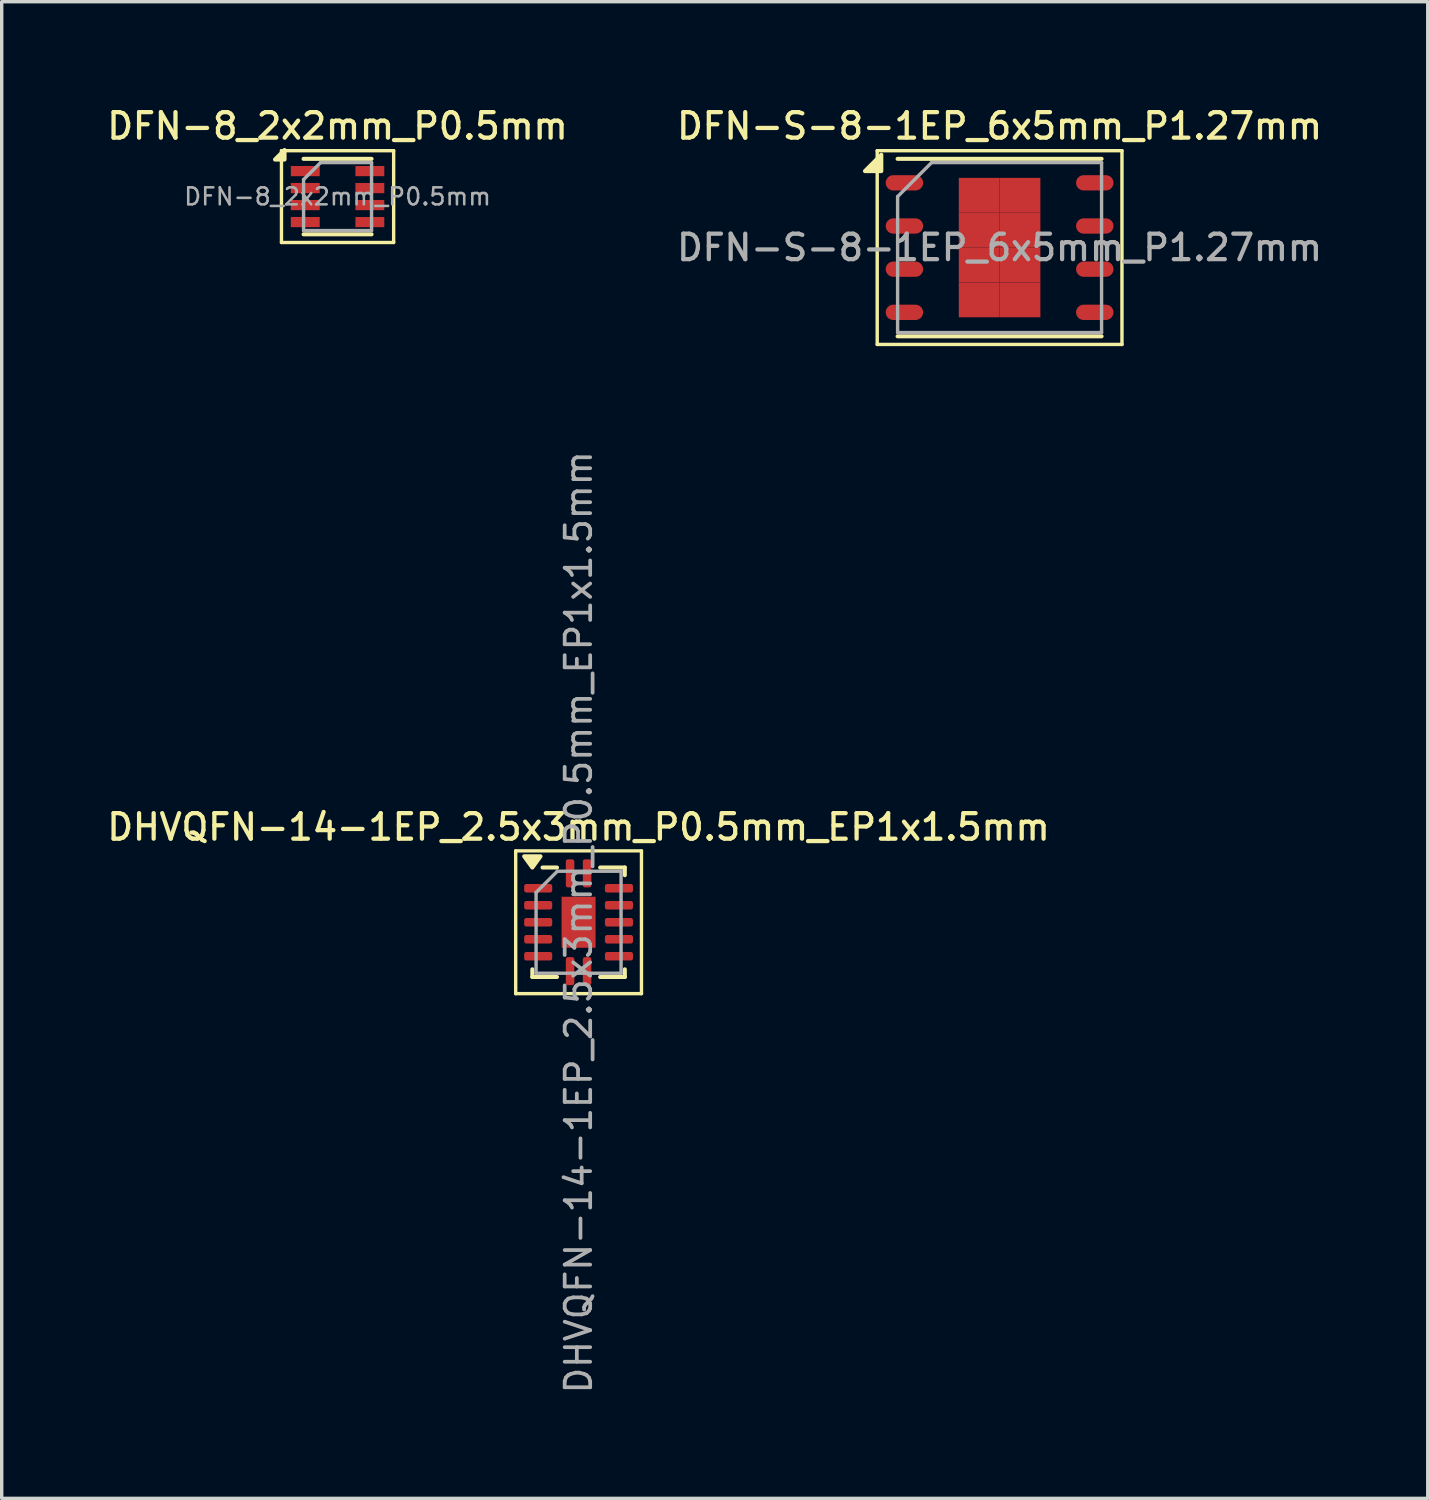
<source format=kicad_pcb>
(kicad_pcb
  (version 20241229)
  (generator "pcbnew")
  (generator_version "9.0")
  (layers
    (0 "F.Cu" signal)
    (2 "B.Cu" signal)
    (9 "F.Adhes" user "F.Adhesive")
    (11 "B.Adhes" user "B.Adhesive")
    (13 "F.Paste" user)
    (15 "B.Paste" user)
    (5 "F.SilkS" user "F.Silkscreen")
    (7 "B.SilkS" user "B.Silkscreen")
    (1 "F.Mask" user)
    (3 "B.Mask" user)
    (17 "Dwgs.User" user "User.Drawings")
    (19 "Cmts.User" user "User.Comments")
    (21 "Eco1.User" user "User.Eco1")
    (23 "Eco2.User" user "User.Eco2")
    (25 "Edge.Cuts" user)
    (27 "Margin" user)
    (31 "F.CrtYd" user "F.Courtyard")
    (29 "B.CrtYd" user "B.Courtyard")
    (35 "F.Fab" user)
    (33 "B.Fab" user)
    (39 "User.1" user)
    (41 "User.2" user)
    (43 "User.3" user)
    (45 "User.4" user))
  (footprint "DFN-8_2x2mm_P0.5mm"
    (layer "F.Cu")
    (at 6.88 2.733)
    (property "Reference" "DFN-8_2x2mm_P0.5mm" (at 0 -2.075 0) (layer "F.SilkS") (effects (font (size 0.75 0.75) (thickness 0.125))))
    (attr smd)
    (fp_line (start -1.65 -1.35) (end -1.65 1.35) (stroke (width 0.1) (type solid)) (layer "F.SilkS"))
    (fp_line (start -1.65 -1.35) (end 1.65 -1.35) (stroke (width 0.1) (type solid)) (layer "F.SilkS"))
    (fp_line (start -1.65 1.35) (end 1.65 1.35) (stroke (width 0.1) (type solid)) (layer "F.SilkS"))
    (fp_line (start -1 -1.11) (end 1 -1.11) (stroke (width 0.12) (type solid)) (layer "F.SilkS"))
    (fp_line (start -1 1.11) (end 1 1.11) (stroke (width 0.12) (type solid)) (layer "F.SilkS"))
    (fp_line (start 1.65 -1.35) (end 1.65 1.35) (stroke (width 0.1) (type solid)) (layer "F.SilkS"))
    (fp_poly (pts (xy -1.56 -1.09) (xy -1.84 -1.09) (xy -1.56 -1.37) (xy -1.56 -1.09)) (stroke (width 0.12) (type solid)) (fill yes) (layer "F.SilkS"))
    (fp_line (start -1 -0.5) (end -0.5 -1) (stroke (width 0.1) (type solid)) (layer "F.Fab"))
    (fp_line (start -1 1) (end -1 -0.5) (stroke (width 0.1) (type solid)) (layer "F.Fab"))
    (fp_line (start -0.5 -1) (end 1 -1) (stroke (width 0.1) (type solid)) (layer "F.Fab"))
    (fp_line (start 1 -1) (end 1 1) (stroke (width 0.1) (type solid)) (layer "F.Fab"))
    (fp_line (start 1 1) (end -1 1) (stroke (width 0.1) (type solid)) (layer "F.Fab"))
    (fp_text user "${REFERENCE}" (at 0 0 0) (layer "F.Fab") (effects (font (size 0.5 0.5) (thickness 0.075))))
    (pad "1" smd rect (at -0.95 -0.75) (size 0.85 0.3) (layers "F.Cu" "F.Mask" "F.Paste"))
    (pad "2" smd rect (at -0.95 -0.25) (size 0.85 0.3) (layers "F.Cu" "F.Mask" "F.Paste"))
    (pad "3" smd rect (at -0.95 0.25) (size 0.85 0.3) (layers "F.Cu" "F.Mask" "F.Paste"))
    (pad "4" smd rect (at -0.95 0.75) (size 0.85 0.3) (layers "F.Cu" "F.Mask" "F.Paste"))
    (pad "5" smd rect (at 0.95 0.75) (size 0.85 0.3) (layers "F.Cu" "F.Mask" "F.Paste"))
    (pad "6" smd rect (at 0.95 0.25) (size 0.85 0.3) (layers "F.Cu" "F.Mask" "F.Paste"))
    (pad "7" smd rect (at 0.95 -0.25) (size 0.85 0.3) (layers "F.Cu" "F.Mask" "F.Paste"))
    (pad "8" smd rect (at 0.95 -0.75) (size 0.85 0.3) (layers "F.Cu" "F.Mask" "F.Paste")))
  (footprint "DFN-S-8-1EP_6x5mm_P1.27mm"
    (layer "F.Cu")
    (at 26.355 4.233)
    (property "Reference" "DFN-S-8-1EP_6x5mm_P1.27mm" (at 0 -3.575 0) (layer "F.SilkS") (effects (font (size 0.75 0.75) (thickness 0.125))))
    (attr smd)
    (fp_line (start -3.6 -2.85) (end -3.6 2.85) (stroke (width 0.1) (type solid)) (layer "F.SilkS"))
    (fp_line (start -3.6 -2.85) (end 3.6 -2.85) (stroke (width 0.1) (type solid)) (layer "F.SilkS"))
    (fp_line (start -3.6 2.85) (end 3.6 2.85) (stroke (width 0.1) (type solid)) (layer "F.SilkS"))
    (fp_line (start -3 -2.61) (end 3 -2.61) (stroke (width 0.12) (type solid)) (layer "F.SilkS"))
    (fp_line (start -3 2.61) (end 3 2.61) (stroke (width 0.12) (type solid)) (layer "F.SilkS"))
    (fp_line (start 3.6 -2.85) (end 3.6 2.85) (stroke (width 0.1) (type solid)) (layer "F.SilkS"))
    (fp_poly (pts (xy -3.48 -2.25) (xy -3.96 -2.25) (xy -3.48 -2.73) (xy -3.48 -2.25)) (stroke (width 0.12) (type solid)) (fill yes) (layer "F.SilkS"))
    (fp_line (start -3 -1.5) (end -2 -2.5) (stroke (width 0.1) (type solid)) (layer "F.Fab"))
    (fp_line (start -3 2.5) (end -3 -1.5) (stroke (width 0.1) (type solid)) (layer "F.Fab"))
    (fp_line (start -2 -2.5) (end 3 -2.5) (stroke (width 0.1) (type solid)) (layer "F.Fab"))
    (fp_line (start 3 -2.5) (end 3 2.5) (stroke (width 0.1) (type solid)) (layer "F.Fab"))
    (fp_line (start 3 2.5) (end -3 2.5) (stroke (width 0.1) (type solid)) (layer "F.Fab"))
    (fp_text user "${REFERENCE}" (at 0 0 0) (layer "F.Fab") (effects (font (size 0.75 0.75) (thickness 0.125))))
    (pad "1" smd oval (at -2.8 -1.905) (size 1.1 0.45) (layers "F.Cu" "F.Mask" "F.Paste"))
    (pad "2" smd oval (at -2.8 -0.635) (size 1.1 0.45) (layers "F.Cu" "F.Mask" "F.Paste"))
    (pad "3" smd oval (at -2.8 0.635) (size 1.1 0.45) (layers "F.Cu" "F.Mask" "F.Paste"))
    (pad "4" smd oval (at -2.8 1.905) (size 1.1 0.45) (layers "F.Cu" "F.Mask" "F.Paste"))
    (pad "5" smd oval (at 2.8 1.905) (size 1.1 0.45) (layers "F.Cu" "F.Mask" "F.Paste"))
    (pad "6" smd oval (at 2.8 0.635) (size 1.1 0.45) (layers "F.Cu" "F.Mask" "F.Paste"))
    (pad "7" smd oval (at 2.8 -0.635) (size 1.1 0.45) (layers "F.Cu" "F.Mask" "F.Paste"))
    (pad "8" smd oval (at 2.8 -1.905) (size 1.1 0.45) (layers "F.Cu" "F.Mask" "F.Paste"))
    (pad "9" smd rect (at -0.6 -1.538) (size 1.2 1.025) (layers "F.Cu" "F.Mask" "F.Paste"))
    (pad "9" smd rect (at -0.6 -0.512) (size 1.2 1.025) (layers "F.Cu" "F.Mask" "F.Paste"))
    (pad "9" smd rect (at -0.6 0.512) (size 1.2 1.025) (layers "F.Cu" "F.Mask" "F.Paste"))
    (pad "9" smd rect (at -0.6 1.538) (size 1.2 1.025) (layers "F.Cu" "F.Mask" "F.Paste"))
    (pad "9" smd rect (at 0.6 -1.538) (size 1.2 1.025) (layers "F.Cu" "F.Mask" "F.Paste"))
    (pad "9" smd rect (at 0.6 -0.512) (size 1.2 1.025) (layers "F.Cu" "F.Mask" "F.Paste"))
    (pad "9" smd rect (at 0.6 0.512) (size 1.2 1.025) (layers "F.Cu" "F.Mask" "F.Paste"))
    (pad "9" smd rect (at 0.6 1.538) (size 1.2 1.025) (layers "F.Cu" "F.Mask" "F.Paste")))
  (footprint "DHVQFN-14-1EP_2.5x3mm_P0.5mm_EP1x1.5mm"
    (layer "F.Cu")
    (at 13.97 24.08)
    (property "Reference" "DHVQFN-14-1EP_2.5x3mm_P0.5mm_EP1x1.5mm" (at 0 -2.8 0) (layer "F.SilkS") (effects (font (size 0.75 0.75) (thickness 0.125))))
    (attr smd)
    (fp_line (start -1.85 -2.1) (end -1.85 2.1) (stroke (width 0.1) (type solid)) (layer "F.SilkS"))
    (fp_line (start -1.85 2.1) (end 1.85 2.1) (stroke (width 0.1) (type solid)) (layer "F.SilkS"))
    (fp_line (start -1.36 1.61) (end -1.36 1.385) (stroke (width 0.12) (type solid)) (layer "F.SilkS"))
    (fp_line (start -0.635 -1.61) (end -1.06 -1.61) (stroke (width 0.12) (type solid)) (layer "F.SilkS"))
    (fp_line (start -0.635 1.61) (end -1.36 1.61) (stroke (width 0.12) (type solid)) (layer "F.SilkS"))
    (fp_line (start 0.635 -1.61) (end 1.36 -1.61) (stroke (width 0.12) (type solid)) (layer "F.SilkS"))
    (fp_line (start 0.635 1.61) (end 1.36 1.61) (stroke (width 0.12) (type solid)) (layer "F.SilkS"))
    (fp_line (start 1.36 -1.61) (end 1.36 -1.385) (stroke (width 0.12) (type solid)) (layer "F.SilkS"))
    (fp_line (start 1.36 1.61) (end 1.36 1.385) (stroke (width 0.12) (type solid)) (layer "F.SilkS"))
    (fp_line (start 1.85 -2.1) (end -1.85 -2.1) (stroke (width 0.1) (type solid)) (layer "F.SilkS"))
    (fp_line (start 1.85 2.1) (end 1.85 -2.1) (stroke (width 0.1) (type solid)) (layer "F.SilkS"))
    (fp_poly (pts (xy -1.36 -1.61) (xy -1.6 -1.94) (xy -1.12 -1.94) (xy -1.36 -1.61)) (stroke (width 0.12) (type solid)) (fill yes) (layer "F.SilkS"))
    (fp_line (start -1.25 -0.875) (end -0.625 -1.5) (stroke (width 0.1) (type solid)) (layer "F.Fab"))
    (fp_line (start -1.25 1.5) (end -1.25 -0.875) (stroke (width 0.1) (type solid)) (layer "F.Fab"))
    (fp_line (start -0.625 -1.5) (end 1.25 -1.5) (stroke (width 0.1) (type solid)) (layer "F.Fab"))
    (fp_line (start 1.25 -1.5) (end 1.25 1.5) (stroke (width 0.1) (type solid)) (layer "F.Fab"))
    (fp_line (start 1.25 1.5) (end -1.25 1.5) (stroke (width 0.1) (type solid)) (layer "F.Fab"))
    (fp_text user "${REFERENCE}" (at 0 0 90) (layer "F.Fab") (effects (font (size 0.75 0.75) (thickness 0.11))))
    (pad "" smd roundrect (at 0 0) (size 0.81 1.21) (layers "F.Paste") (roundrect_rratio 0.25))
    (pad "1" smd roundrect (at -0.25 -1.438) (size 0.25 0.825) (layers "F.Cu" "F.Mask" "F.Paste") (roundrect_rratio 0.25))
    (pad "2" smd roundrect (at -1.188 -1) (size 0.825 0.25) (layers "F.Cu" "F.Mask" "F.Paste") (roundrect_rratio 0.25))
    (pad "3" smd roundrect (at -1.188 -0.5) (size 0.825 0.25) (layers "F.Cu" "F.Mask" "F.Paste") (roundrect_rratio 0.25))
    (pad "4" smd roundrect (at -1.188 0) (size 0.825 0.25) (layers "F.Cu" "F.Mask" "F.Paste") (roundrect_rratio 0.25))
    (pad "5" smd roundrect (at -1.188 0.5) (size 0.825 0.25) (layers "F.Cu" "F.Mask" "F.Paste") (roundrect_rratio 0.25))
    (pad "6" smd roundrect (at -1.188 1) (size 0.825 0.25) (layers "F.Cu" "F.Mask" "F.Paste") (roundrect_rratio 0.25))
    (pad "7" smd roundrect (at -0.25 1.438) (size 0.25 0.825) (layers "F.Cu" "F.Mask" "F.Paste") (roundrect_rratio 0.25))
    (pad "8" smd roundrect (at 0.25 1.438) (size 0.25 0.825) (layers "F.Cu" "F.Mask" "F.Paste") (roundrect_rratio 0.25))
    (pad "9" smd roundrect (at 1.188 1) (size 0.825 0.25) (layers "F.Cu" "F.Mask" "F.Paste") (roundrect_rratio 0.25))
    (pad "10" smd roundrect (at 1.188 0.5) (size 0.825 0.25) (layers "F.Cu" "F.Mask" "F.Paste") (roundrect_rratio 0.25))
    (pad "11" smd roundrect (at 1.188 0) (size 0.825 0.25) (layers "F.Cu" "F.Mask" "F.Paste") (roundrect_rratio 0.25))
    (pad "12" smd roundrect (at 1.188 -0.5) (size 0.825 0.25) (layers "F.Cu" "F.Mask" "F.Paste") (roundrect_rratio 0.25))
    (pad "13" smd roundrect (at 1.188 -1) (size 0.825 0.25) (layers "F.Cu" "F.Mask" "F.Paste") (roundrect_rratio 0.25))
    (pad "14" smd roundrect (at 0.25 -1.438) (size 0.25 0.825) (layers "F.Cu" "F.Mask" "F.Paste") (roundrect_rratio 0.25))
    (pad "15" smd rect (at 0 0) (size 1 1.5) (property pad_prop_heatsink) (layers "F.Cu" "F.Mask")))
  (gr_rect
    (start -3 -3)
    (end 38.95 41.027)
    (stroke (width 0.1) (type default))
    (fill no)
    (layer "Edge.Cuts")))
</source>
